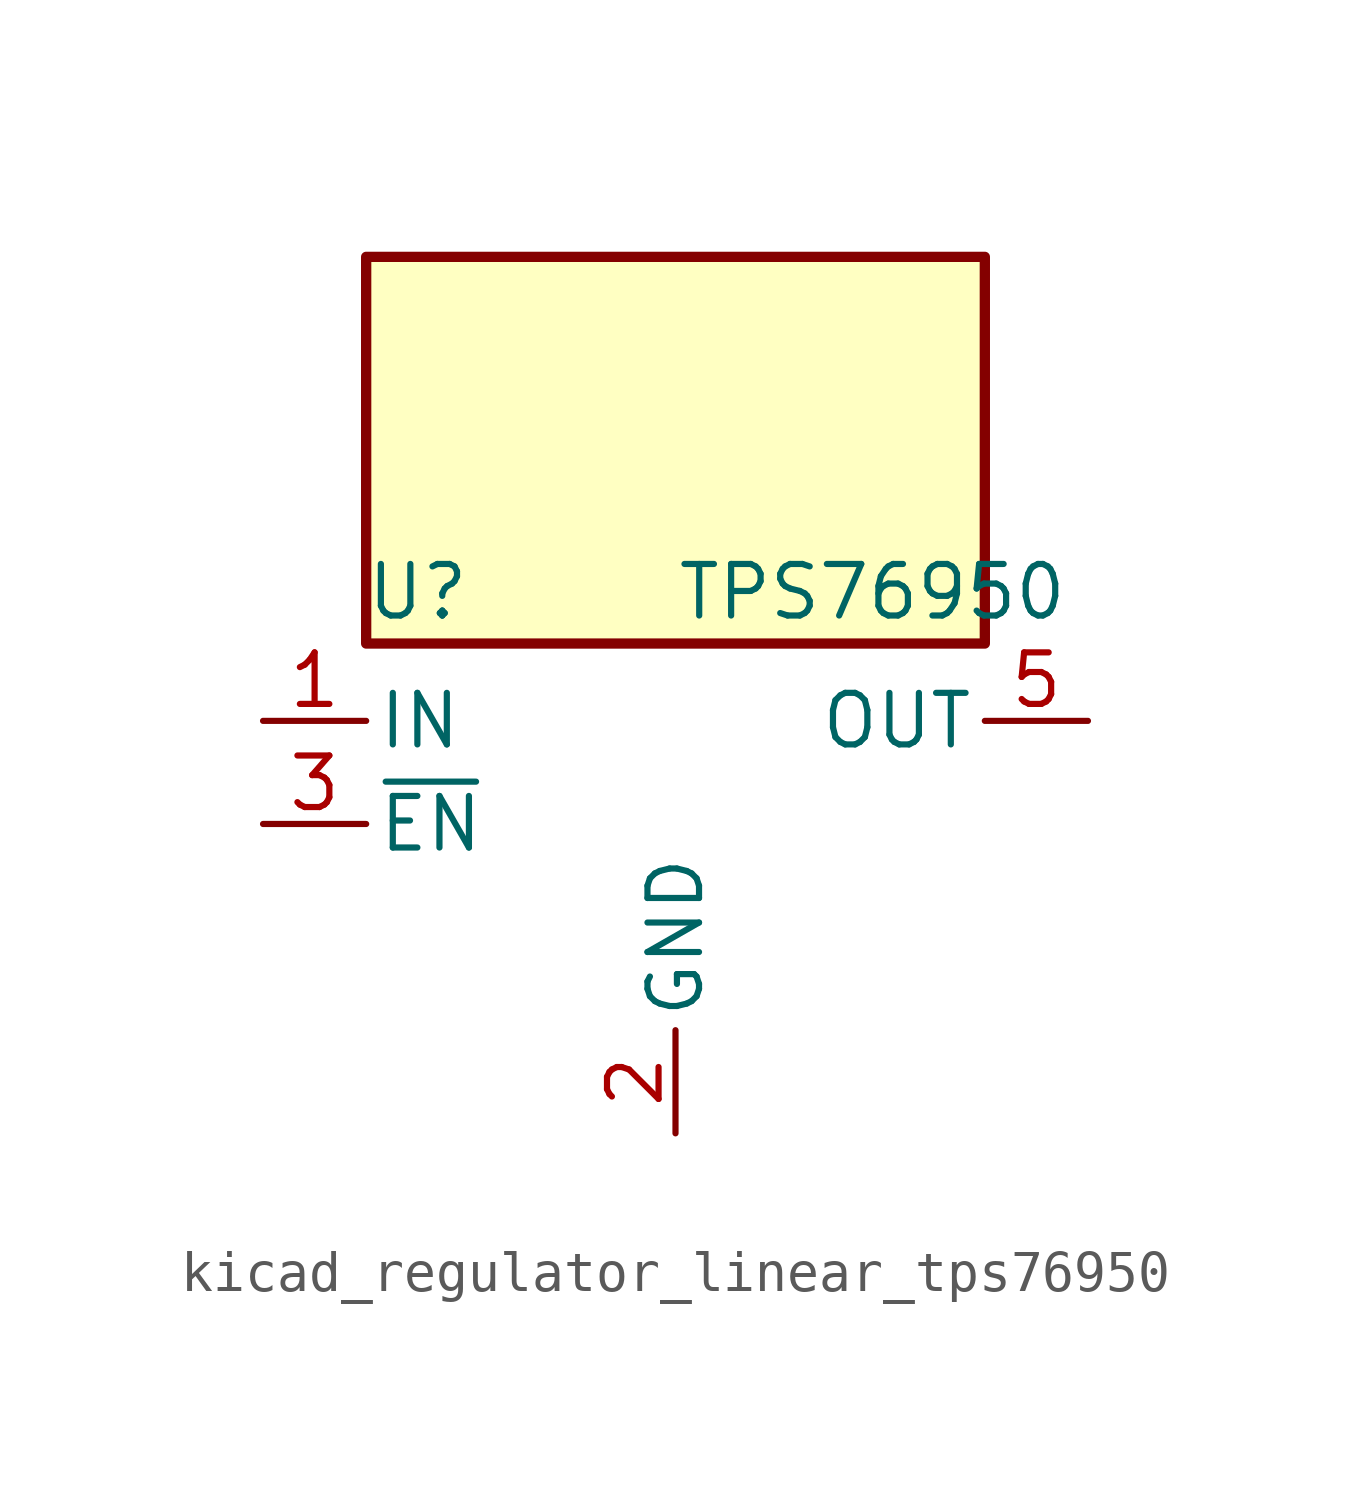
<source format=kicad_sym>
(kicad_symbol_lib
  (version 20220914)
  (generator kicad_symbol_editor)
  (symbol "kicad_regulator_linear_tps76950"
    (pin_names
      (offset 0.254))
    (property "Reference" "U"
      (at -6.35 5.715 0)
      (effects (font (size 1.27 1.27))))
    (property "Value" "TPS76950"
      (at 0 5.715 0)
      (effects (font (size 1.27 1.27)) (justify left)))
    (symbol "kicad_regulator_linear_tps76950_0_1"
      (rectangle (start 7.62 13.97) (end -7.62 4.445) (stroke (width 0.254) (type default)) (fill (type background))))
    (symbol "kicad_regulator_linear_tps76950_1_1"
      (pin power_in line (at -10.16 2.54 0) (length 2.54) (name "IN" (effects (font (size 1.27 1.27)))) (number "1" (effects (font (size 1.27 1.27)))))
      (pin power_in line (at 0 -7.62 90) (length 2.54) (name "GND" (effects (font (size 1.27 1.27)))) (number "2" (effects (font (size 1.27 1.27)))))
      (pin input line (at -10.16 0 0) (length 2.54) (name "~{EN}" (effects (font (size 1.27 1.27)))) (number "3" (effects (font (size 1.27 1.27)))))
      (pin no_connect line (at 7.62 0 180) (length 2.54) hide (name "NC" (effects (font (size 1.27 1.27)))) (number "4" (effects (font (size 1.27 1.27)))))
      (pin power_out line (at 10.16 2.54 180) (length 2.54) (name "OUT" (effects (font (size 1.27 1.27)))) (number "5" (effects (font (size 1.27 1.27))))))))
</source>
